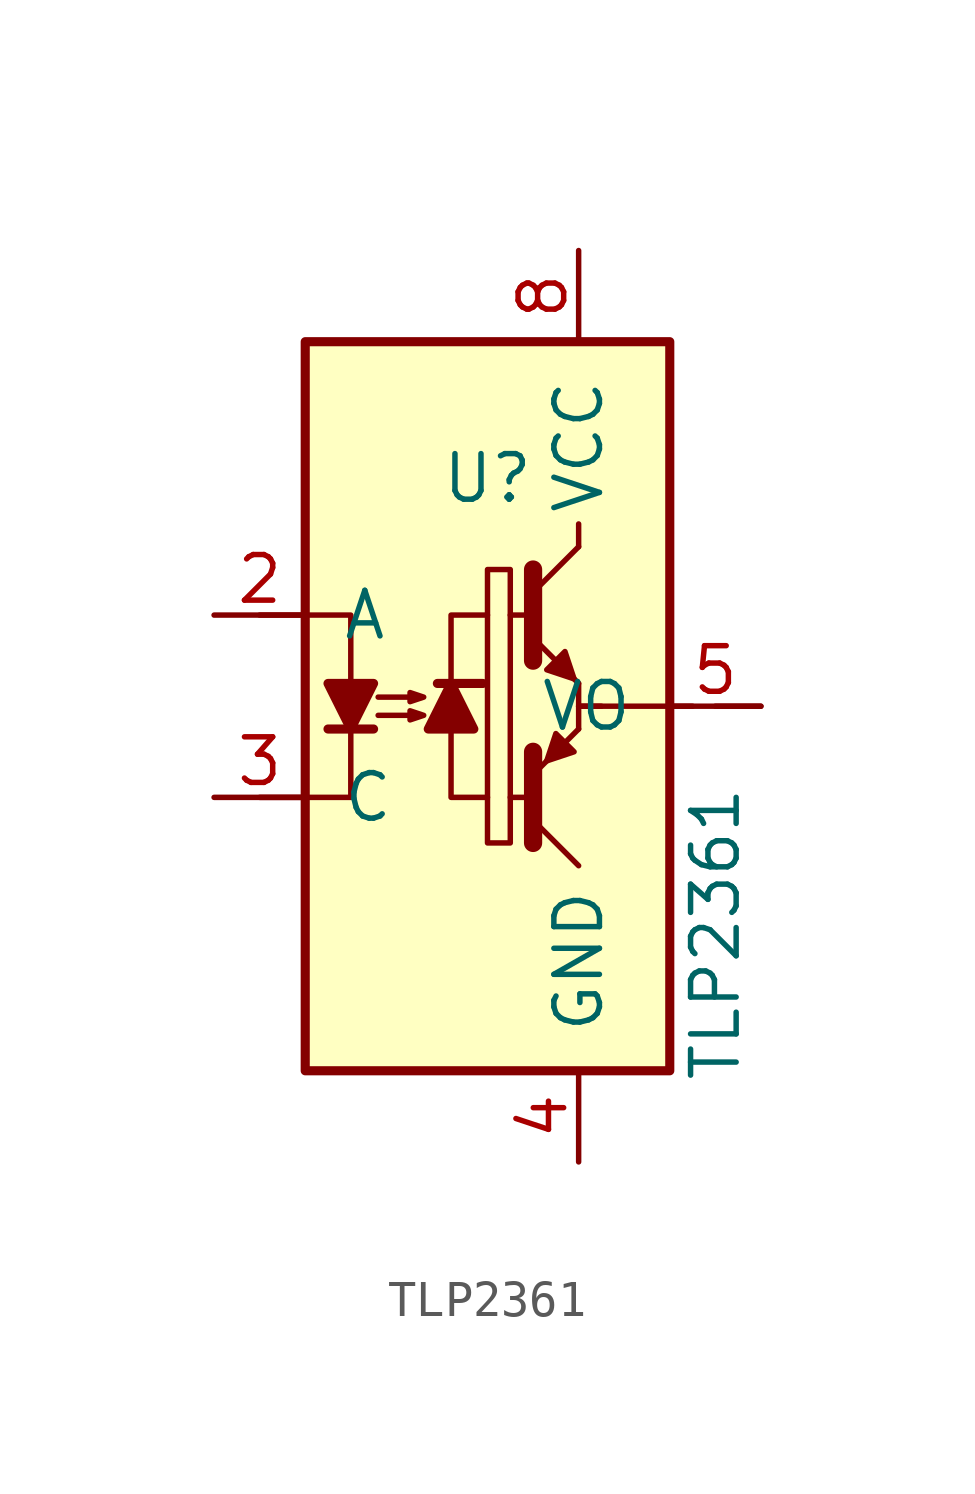
<source format=kicad_sym>
(kicad_symbol_lib
  (version 20211014)
  (generator kicad_symbol_editor)
  (symbol "TLP2361"
    (pin_names
      (offset 1.016))
    (property "Reference" "U"
      (at 0 6.35 0)
      (effects (font (size 1.27 1.27))))
    (property "Value" "TLP2361"
      (at 6.35 -6.35 90)
      (effects (font (size 1.27 1.27))))
    (symbol "TLP2361_0_1"
      (polyline (pts (xy 5.08 0) (xy 2.54 0)) (stroke (width 0) (type default) (color 0 0 0 0)) (fill (type none))))
    (symbol "TLP2361_1_1"
      (rectangle (start -5.08 10.16) (end 5.08 -10.16) (stroke (width 0.254) (type default) (color 0 0 0 0)) (fill (type background)))
      (polyline (pts (xy -4.445 -0.635) (xy -3.175 -0.635)) (stroke (width 0.254) (type default) (color 0 0 0 0)) (fill (type none)))
      (polyline (pts (xy -0.127 0.635) (xy -1.397 0.635)) (stroke (width 0.254) (type default) (color 0 0 0 0)) (fill (type none)))
      (polyline (pts (xy 1.27 -3.175) (xy 2.54 -4.445)) (stroke (width 0) (type default) (color 0 0 0 0)) (fill (type none)))
      (polyline (pts (xy 1.27 -2.54) (xy 0.635 -2.54)) (stroke (width 0) (type default) (color 0 0 0 0)) (fill (type none)))
      (polyline (pts (xy 1.27 2.54) (xy 0.635 2.54)) (stroke (width 0) (type default) (color 0 0 0 0)) (fill (type none)))
      (polyline (pts (xy 1.27 3.175) (xy 2.54 4.445)) (stroke (width 0) (type default) (color 0 0 0 0)) (fill (type none)))
      (polyline (pts (xy 2.54 -0.635) (xy 1.27 -1.905)) (stroke (width 0) (type default) (color 0 0 0 0)) (fill (type none)))
      (polyline (pts (xy 2.54 -0.635) (xy 2.54 0.635)) (stroke (width 0) (type default) (color 0 0 0 0)) (fill (type none)))
      (polyline (pts (xy 2.54 0) (xy 3.175 0)) (stroke (width 0) (type default) (color 0 0 0 0)) (fill (type none)))
      (polyline (pts (xy 2.54 0.635) (xy 1.27 1.905)) (stroke (width 0) (type default) (color 0 0 0 0)) (fill (type none)))
      (polyline (pts (xy 2.54 4.445) (xy 2.54 5.08)) (stroke (width 0) (type default) (color 0 0 0 0)) (fill (type none)))
      (polyline (pts (xy 5.08 -4.445) (xy 5.08 -5.08)) (stroke (width 0) (type default) (color 0 0 0 0)) (fill (type none)))
      (polyline (pts (xy 5.715 0) (xy 5.08 0)) (stroke (width 0) (type default) (color 0 0 0 0)) (fill (type none)))
      (polyline (pts (xy 6.35 0) (xy 7.62 0)) (stroke (width 0) (type default) (color 0 0 0 0)) (fill (type none)))
      (polyline (pts (xy -6.35 2.54) (xy -3.81 2.54) (xy -3.81 0.635)) (stroke (width 0) (type default) (color 0 0 0 0)) (fill (type none)))
      (polyline (pts (xy -3.81 -0.635) (xy -3.81 -2.54) (xy -6.35 -2.54)) (stroke (width 0) (type default) (color 0 0 0 0)) (fill (type none)))
      (polyline (pts (xy -1.016 -0.635) (xy -1.016 -2.54) (xy 0 -2.54)) (stroke (width 0) (type default) (color 0 0 0 0)) (fill (type none)))
      (polyline (pts (xy -1.016 0.635) (xy -1.016 2.54) (xy 0 2.54)) (stroke (width 0) (type default) (color 0 0 0 0)) (fill (type none)))
      (polyline (pts (xy 1.27 -3.81) (xy 1.27 -1.27) (xy 1.27 -1.27)) (stroke (width 0.508) (type default) (color 0 0 0 0)) (fill (type none)))
      (polyline (pts (xy 1.27 3.81) (xy 1.27 1.27) (xy 1.27 1.27)) (stroke (width 0.508) (type default) (color 0 0 0 0)) (fill (type none)))
      (polyline (pts (xy -3.81 -0.635) (xy -4.445 0.635) (xy -3.175 0.635) (xy -3.81 -0.635)) (stroke (width 0.254) (type default) (color 0 0 0 0)) (fill (type outline)))
      (polyline (pts (xy -1.016 0.635) (xy -0.381 -0.635) (xy -1.651 -0.635) (xy -1.016 0.635)) (stroke (width 0.254) (type default) (color 0 0 0 0)) (fill (type outline)))
      (polyline (pts (xy -3.048 -0.254) (xy -1.778 -0.254) (xy -2.159 -0.381) (xy -2.159 -0.127) (xy -1.778 -0.254)) (stroke (width 0) (type default) (color 0 0 0 0)) (fill (type none)))
      (polyline (pts (xy -3.048 0.254) (xy -1.778 0.254) (xy -2.159 0.127) (xy -2.159 0.381) (xy -1.778 0.254)) (stroke (width 0) (type default) (color 0 0 0 0)) (fill (type none)))
      (polyline (pts (xy 0.635 3.81) (xy 0.635 -3.81) (xy 0 -3.81) (xy 0 3.81) (xy 0.635 3.81)) (stroke (width 0) (type default) (color 0 0 0 0)) (fill (type none)))
      (polyline (pts (xy 1.651 1.016) (xy 2.159 1.524) (xy 2.413 0.762) (xy 1.651 1.016) (xy 1.651 1.016)) (stroke (width 0) (type default) (color 0 0 0 0)) (fill (type outline)))
      (polyline (pts (xy 2.413 -1.27) (xy 1.905 -0.762) (xy 1.651 -1.524) (xy 2.413 -1.27) (xy 2.413 -1.27)) (stroke (width 0) (type default) (color 0 0 0 0)) (fill (type outline)))
      (pin passive line (at -7.62 2.54 0) (length 2.54) (name "A" (effects (font (size 1.27 1.27)))) (number "2" (effects (font (size 1.27 1.27)))))
      (pin passive line (at -7.62 -2.54 0) (length 2.54) (name "C" (effects (font (size 1.27 1.27)))) (number "3" (effects (font (size 1.27 1.27)))))
      (pin power_in line (at 2.54 -12.7 90) (length 2.54) (name "GND" (effects (font (size 1.27 1.27)))) (number "4" (effects (font (size 1.27 1.27)))))
      (pin bidirectional line (at 7.62 0 180) (length 2.54) (name "VO" (effects (font (size 1.27 1.27)))) (number "5" (effects (font (size 1.27 1.27)))))
      (pin power_in line (at 2.54 12.7 270) (length 2.54) (name "VCC" (effects (font (size 1.27 1.27)))) (number "8" (effects (font (size 1.27 1.27))))))))
</source>
